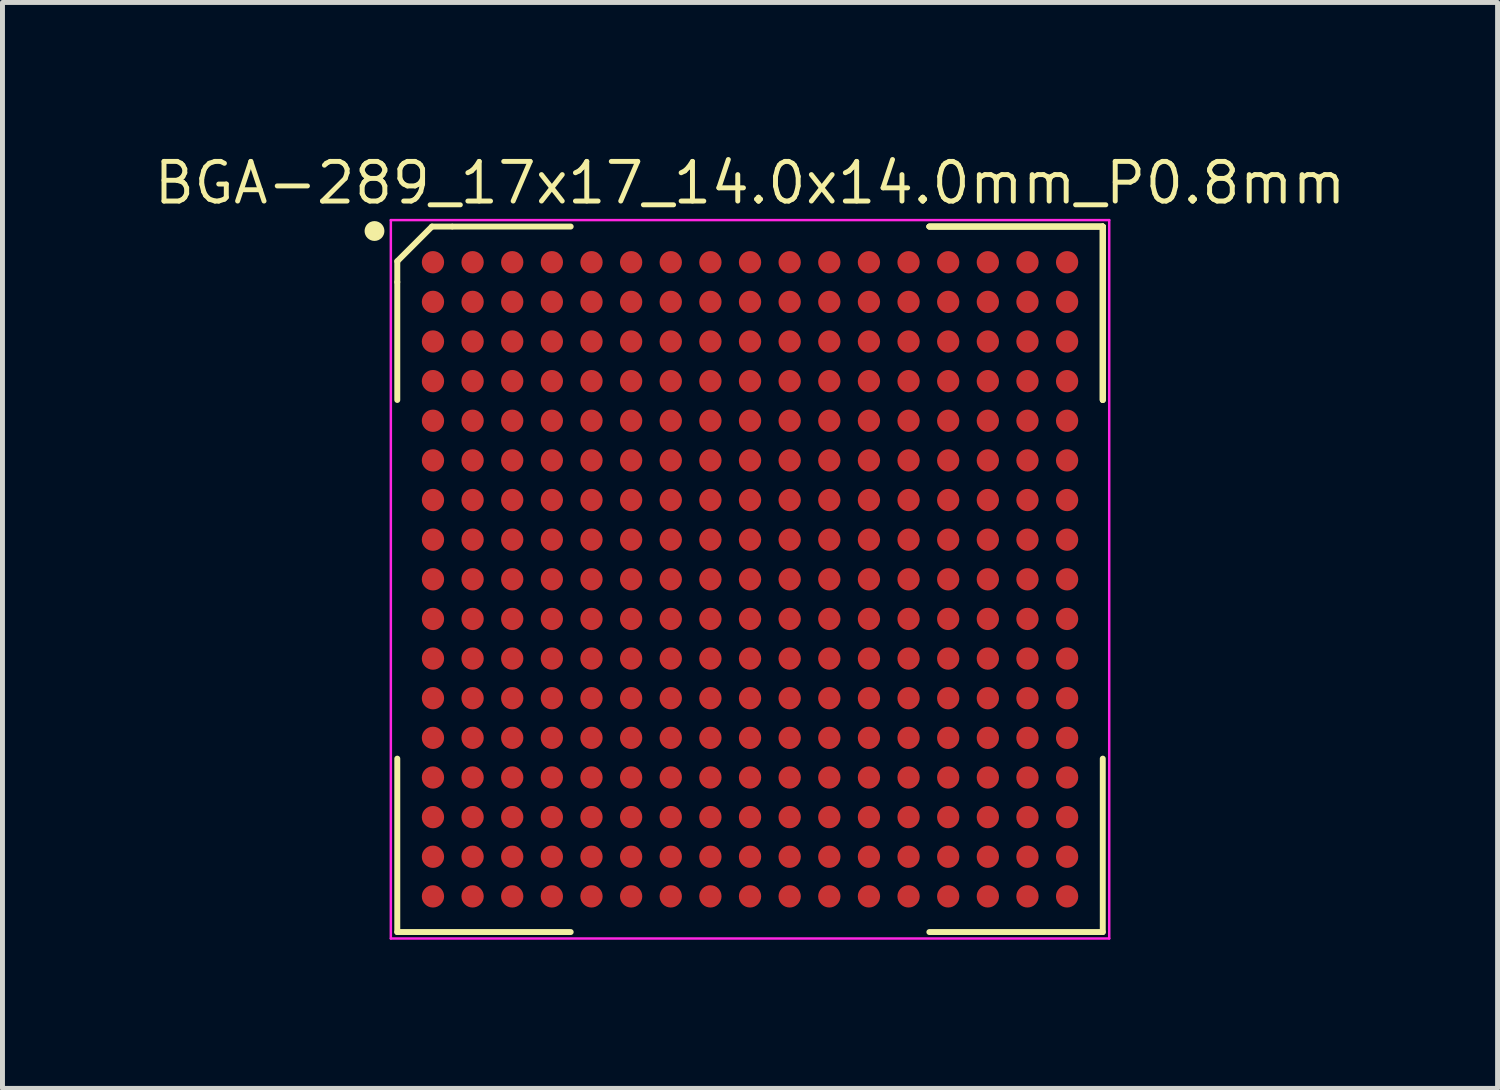
<source format=kicad_pcb>
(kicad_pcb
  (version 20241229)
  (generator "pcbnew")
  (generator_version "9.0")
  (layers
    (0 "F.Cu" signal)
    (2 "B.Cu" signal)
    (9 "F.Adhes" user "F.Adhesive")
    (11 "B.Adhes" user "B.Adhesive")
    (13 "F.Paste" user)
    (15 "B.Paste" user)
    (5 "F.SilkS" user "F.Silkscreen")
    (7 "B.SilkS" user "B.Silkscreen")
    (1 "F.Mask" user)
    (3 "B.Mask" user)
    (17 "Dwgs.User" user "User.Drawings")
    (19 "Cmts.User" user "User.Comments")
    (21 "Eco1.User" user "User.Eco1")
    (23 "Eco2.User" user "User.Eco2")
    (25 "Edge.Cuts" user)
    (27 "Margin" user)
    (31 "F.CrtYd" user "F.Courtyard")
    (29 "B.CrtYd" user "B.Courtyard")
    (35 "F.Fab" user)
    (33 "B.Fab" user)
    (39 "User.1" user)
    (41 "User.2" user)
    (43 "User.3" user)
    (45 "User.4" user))
  (footprint "BGA-289_17x17_14.0x14.0mm_P0.8mm"
    (layer "F.Cu")
    (at 12.089 8.643)
    (property "Reference" "BGA-289_17x17_14.0x14.0mm_P0.8mm" (at 0 -8 0) (unlocked yes) (layer "F.SilkS") (effects (font (size 0.8 0.8) (thickness 0.1))))
    (attr through_hole)
    (fp_line (start -7.12 -6.42) (end -6.42 -7.12) (stroke (width 0.12) (type solid)) (layer "F.SilkS"))
    (fp_line (start -7.12 -6) (end -7.12 -6.42) (stroke (width 0.12) (type solid)) (layer "F.SilkS"))
    (fp_line (start -7.12 -6) (end -7.12 -3.62) (stroke (width 0.12) (type solid)) (layer "F.SilkS"))
    (fp_line (start -7.12 7.12) (end -7.12 3.62) (stroke (width 0.12) (type solid)) (layer "F.SilkS"))
    (fp_line (start -6.02 -7.12) (end -6.42 -7.12) (stroke (width 0.12) (type solid)) (layer "F.SilkS"))
    (fp_line (start -3.62 -7.12) (end -6 -7.12) (stroke (width 0.12) (type solid)) (layer "F.SilkS"))
    (fp_line (start -3.62 7.12) (end -7.12 7.12) (stroke (width 0.12) (type solid)) (layer "F.SilkS"))
    (fp_line (start 3.62 -7.12) (end 7.12 -7.12) (stroke (width 0.12) (type solid)) (layer "F.SilkS"))
    (fp_line (start 3.62 -7.12) (end 7.12 -7.12) (stroke (width 0.12) (type solid)) (layer "F.SilkS"))
    (fp_line (start 3.62 -7.12) (end 7.12 -7.12) (stroke (width 0.12) (type solid)) (layer "F.SilkS"))
    (fp_line (start 3.62 7.12) (end 7.12 7.12) (stroke (width 0.12) (type solid)) (layer "F.SilkS"))
    (fp_line (start 7.12 -7.12) (end 7.12 -3.62) (stroke (width 0.12) (type solid)) (layer "F.SilkS"))
    (fp_line (start 7.12 -7.12) (end 7.12 -3.62) (stroke (width 0.12) (type solid)) (layer "F.SilkS"))
    (fp_line (start 7.12 -7.12) (end 7.12 -3.62) (stroke (width 0.12) (type solid)) (layer "F.SilkS"))
    (fp_line (start 7.12 7.12) (end 7.12 3.62) (stroke (width 0.12) (type solid)) (layer "F.SilkS"))
    (fp_circle (center -7.58 -7.03) (end -7.58 -6.93) (stroke (width 0.2) (type solid)) (fill no) (layer "F.SilkS"))
    (fp_line (start -7.25 -7.25) (end 7.25 -7.25) (stroke (width 0.05) (type solid)) (layer "F.CrtYd"))
    (fp_line (start -7.25 7.25) (end -7.25 -7.25) (stroke (width 0.05) (type solid)) (layer "F.CrtYd"))
    (fp_line (start 7.25 -7.25) (end 7.25 7.25) (stroke (width 0.05) (type solid)) (layer "F.CrtYd"))
    (fp_line (start 7.25 7.25) (end -7.25 7.25) (stroke (width 0.05) (type solid)) (layer "F.CrtYd"))
    (pad "A1" smd circle (at -6.4 -6.4) (size 0.45 0.45) (layers "F.Cu" "F.Mask" "F.Paste"))
    (pad "A2" smd circle (at -5.6 -6.4) (size 0.45 0.45) (layers "F.Cu" "F.Mask" "F.Paste"))
    (pad "A3" smd circle (at -4.8 -6.4) (size 0.45 0.45) (layers "F.Cu" "F.Mask" "F.Paste"))
    (pad "A4" smd circle (at -4 -6.4) (size 0.45 0.45) (layers "F.Cu" "F.Mask" "F.Paste"))
    (pad "A5" smd circle (at -3.2 -6.4) (size 0.45 0.45) (layers "F.Cu" "F.Mask" "F.Paste"))
    (pad "A6" smd circle (at -2.4 -6.4) (size 0.45 0.45) (layers "F.Cu" "F.Mask" "F.Paste"))
    (pad "A7" smd circle (at -1.6 -6.4) (size 0.45 0.45) (layers "F.Cu" "F.Mask" "F.Paste"))
    (pad "A8" smd circle (at -0.8 -6.4) (size 0.45 0.45) (layers "F.Cu" "F.Mask" "F.Paste"))
    (pad "A9" smd circle (at 0 -6.4) (size 0.45 0.45) (layers "F.Cu" "F.Mask" "F.Paste"))
    (pad "A10" smd circle (at 0.8 -6.4) (size 0.45 0.45) (layers "F.Cu" "F.Mask" "F.Paste"))
    (pad "A11" smd circle (at 1.6 -6.4) (size 0.45 0.45) (layers "F.Cu" "F.Mask" "F.Paste"))
    (pad "A12" smd circle (at 2.4 -6.4) (size 0.45 0.45) (layers "F.Cu" "F.Mask" "F.Paste"))
    (pad "A13" smd circle (at 3.2 -6.4) (size 0.45 0.45) (layers "F.Cu" "F.Mask" "F.Paste"))
    (pad "A14" smd circle (at 4 -6.4) (size 0.45 0.45) (layers "F.Cu" "F.Mask" "F.Paste"))
    (pad "A15" smd circle (at 4.8 -6.4) (size 0.45 0.45) (layers "F.Cu" "F.Mask" "F.Paste"))
    (pad "A16" smd circle (at 5.6 -6.4) (size 0.45 0.45) (layers "F.Cu" "F.Mask" "F.Paste"))
    (pad "A17" smd circle (at 6.4 -6.4) (size 0.45 0.45) (layers "F.Cu" "F.Mask" "F.Paste"))
    (pad "B1" smd circle (at -6.4 -5.6) (size 0.45 0.45) (layers "F.Cu" "F.Mask" "F.Paste"))
    (pad "B2" smd circle (at -5.6 -5.6) (size 0.45 0.45) (layers "F.Cu" "F.Mask" "F.Paste"))
    (pad "B3" smd circle (at -4.8 -5.6) (size 0.45 0.45) (layers "F.Cu" "F.Mask" "F.Paste"))
    (pad "B4" smd circle (at -4 -5.6) (size 0.45 0.45) (layers "F.Cu" "F.Mask" "F.Paste"))
    (pad "B5" smd circle (at -3.2 -5.6) (size 0.45 0.45) (layers "F.Cu" "F.Mask" "F.Paste"))
    (pad "B6" smd circle (at -2.4 -5.6) (size 0.45 0.45) (layers "F.Cu" "F.Mask" "F.Paste"))
    (pad "B7" smd circle (at -1.6 -5.6) (size 0.45 0.45) (layers "F.Cu" "F.Mask" "F.Paste"))
    (pad "B8" smd circle (at -0.8 -5.6) (size 0.45 0.45) (layers "F.Cu" "F.Mask" "F.Paste"))
    (pad "B9" smd circle (at 0 -5.6) (size 0.45 0.45) (layers "F.Cu" "F.Mask" "F.Paste"))
    (pad "B10" smd circle (at 0.8 -5.6) (size 0.45 0.45) (layers "F.Cu" "F.Mask" "F.Paste"))
    (pad "B11" smd circle (at 1.6 -5.6) (size 0.45 0.45) (layers "F.Cu" "F.Mask" "F.Paste"))
    (pad "B12" smd circle (at 2.4 -5.6) (size 0.45 0.45) (layers "F.Cu" "F.Mask" "F.Paste"))
    (pad "B13" smd circle (at 3.2 -5.6) (size 0.45 0.45) (layers "F.Cu" "F.Mask" "F.Paste"))
    (pad "B14" smd circle (at 4 -5.6) (size 0.45 0.45) (layers "F.Cu" "F.Mask" "F.Paste"))
    (pad "B15" smd circle (at 4.8 -5.6) (size 0.45 0.45) (layers "F.Cu" "F.Mask" "F.Paste"))
    (pad "B16" smd circle (at 5.6 -5.6) (size 0.45 0.45) (layers "F.Cu" "F.Mask" "F.Paste"))
    (pad "B17" smd circle (at 6.4 -5.6) (size 0.45 0.45) (layers "F.Cu" "F.Mask" "F.Paste"))
    (pad "C1" smd circle (at -6.4 -4.8) (size 0.45 0.45) (layers "F.Cu" "F.Mask" "F.Paste"))
    (pad "C2" smd circle (at -5.6 -4.8) (size 0.45 0.45) (layers "F.Cu" "F.Mask" "F.Paste"))
    (pad "C3" smd circle (at -4.8 -4.8) (size 0.45 0.45) (layers "F.Cu" "F.Mask" "F.Paste"))
    (pad "C4" smd circle (at -4 -4.8) (size 0.45 0.45) (layers "F.Cu" "F.Mask" "F.Paste"))
    (pad "C5" smd circle (at -3.2 -4.8) (size 0.45 0.45) (layers "F.Cu" "F.Mask" "F.Paste"))
    (pad "C6" smd circle (at -2.4 -4.8) (size 0.45 0.45) (layers "F.Cu" "F.Mask" "F.Paste"))
    (pad "C7" smd circle (at -1.6 -4.8) (size 0.45 0.45) (layers "F.Cu" "F.Mask" "F.Paste"))
    (pad "C8" smd circle (at -0.8 -4.8) (size 0.45 0.45) (layers "F.Cu" "F.Mask" "F.Paste"))
    (pad "C9" smd circle (at 0 -4.8) (size 0.45 0.45) (layers "F.Cu" "F.Mask" "F.Paste"))
    (pad "C10" smd circle (at 0.8 -4.8) (size 0.45 0.45) (layers "F.Cu" "F.Mask" "F.Paste"))
    (pad "C11" smd circle (at 1.6 -4.8) (size 0.45 0.45) (layers "F.Cu" "F.Mask" "F.Paste"))
    (pad "C12" smd circle (at 2.4 -4.8) (size 0.45 0.45) (layers "F.Cu" "F.Mask" "F.Paste"))
    (pad "C13" smd circle (at 3.2 -4.8) (size 0.45 0.45) (layers "F.Cu" "F.Mask" "F.Paste"))
    (pad "C14" smd circle (at 4 -4.8) (size 0.45 0.45) (layers "F.Cu" "F.Mask" "F.Paste"))
    (pad "C15" smd circle (at 4.8 -4.8) (size 0.45 0.45) (layers "F.Cu" "F.Mask" "F.Paste"))
    (pad "C16" smd circle (at 5.6 -4.8) (size 0.45 0.45) (layers "F.Cu" "F.Mask" "F.Paste"))
    (pad "C17" smd circle (at 6.4 -4.8) (size 0.45 0.45) (layers "F.Cu" "F.Mask" "F.Paste"))
    (pad "D1" smd circle (at -6.4 -4) (size 0.45 0.45) (layers "F.Cu" "F.Mask" "F.Paste"))
    (pad "D2" smd circle (at -5.6 -4) (size 0.45 0.45) (layers "F.Cu" "F.Mask" "F.Paste"))
    (pad "D3" smd circle (at -4.8 -4) (size 0.45 0.45) (layers "F.Cu" "F.Mask" "F.Paste"))
    (pad "D4" smd circle (at -4 -4) (size 0.45 0.45) (layers "F.Cu" "F.Mask" "F.Paste"))
    (pad "D5" smd circle (at -3.2 -4) (size 0.45 0.45) (layers "F.Cu" "F.Mask" "F.Paste"))
    (pad "D6" smd circle (at -2.4 -4) (size 0.45 0.45) (layers "F.Cu" "F.Mask" "F.Paste"))
    (pad "D7" smd circle (at -1.6 -4) (size 0.45 0.45) (layers "F.Cu" "F.Mask" "F.Paste"))
    (pad "D8" smd circle (at -0.8 -4) (size 0.45 0.45) (layers "F.Cu" "F.Mask" "F.Paste"))
    (pad "D9" smd circle (at 0 -4) (size 0.45 0.45) (layers "F.Cu" "F.Mask" "F.Paste"))
    (pad "D10" smd circle (at 0.8 -4) (size 0.45 0.45) (layers "F.Cu" "F.Mask" "F.Paste"))
    (pad "D11" smd circle (at 1.6 -4) (size 0.45 0.45) (layers "F.Cu" "F.Mask" "F.Paste"))
    (pad "D12" smd circle (at 2.4 -4) (size 0.45 0.45) (layers "F.Cu" "F.Mask" "F.Paste"))
    (pad "D13" smd circle (at 3.2 -4) (size 0.45 0.45) (layers "F.Cu" "F.Mask" "F.Paste"))
    (pad "D14" smd circle (at 4 -4) (size 0.45 0.45) (layers "F.Cu" "F.Mask" "F.Paste"))
    (pad "D15" smd circle (at 4.8 -4) (size 0.45 0.45) (layers "F.Cu" "F.Mask" "F.Paste"))
    (pad "D16" smd circle (at 5.6 -4) (size 0.45 0.45) (layers "F.Cu" "F.Mask" "F.Paste"))
    (pad "D17" smd circle (at 6.4 -4) (size 0.45 0.45) (layers "F.Cu" "F.Mask" "F.Paste"))
    (pad "E1" smd circle (at -6.4 -3.2) (size 0.45 0.45) (layers "F.Cu" "F.Mask" "F.Paste"))
    (pad "E2" smd circle (at -5.6 -3.2) (size 0.45 0.45) (layers "F.Cu" "F.Mask" "F.Paste"))
    (pad "E3" smd circle (at -4.8 -3.2) (size 0.45 0.45) (layers "F.Cu" "F.Mask" "F.Paste"))
    (pad "E4" smd circle (at -4 -3.2) (size 0.45 0.45) (layers "F.Cu" "F.Mask" "F.Paste"))
    (pad "E5" smd circle (at -3.2 -3.2) (size 0.45 0.45) (layers "F.Cu" "F.Mask" "F.Paste"))
    (pad "E6" smd circle (at -2.4 -3.2) (size 0.45 0.45) (layers "F.Cu" "F.Mask" "F.Paste"))
    (pad "E7" smd circle (at -1.6 -3.2) (size 0.45 0.45) (layers "F.Cu" "F.Mask" "F.Paste"))
    (pad "E8" smd circle (at -0.8 -3.2) (size 0.45 0.45) (layers "F.Cu" "F.Mask" "F.Paste"))
    (pad "E9" smd circle (at 0 -3.2) (size 0.45 0.45) (layers "F.Cu" "F.Mask" "F.Paste"))
    (pad "E10" smd circle (at 0.8 -3.2) (size 0.45 0.45) (layers "F.Cu" "F.Mask" "F.Paste"))
    (pad "E11" smd circle (at 1.6 -3.2) (size 0.45 0.45) (layers "F.Cu" "F.Mask" "F.Paste"))
    (pad "E12" smd circle (at 2.4 -3.2) (size 0.45 0.45) (layers "F.Cu" "F.Mask" "F.Paste"))
    (pad "E13" smd circle (at 3.2 -3.2) (size 0.45 0.45) (layers "F.Cu" "F.Mask" "F.Paste"))
    (pad "E14" smd circle (at 4 -3.2) (size 0.45 0.45) (layers "F.Cu" "F.Mask" "F.Paste"))
    (pad "E15" smd circle (at 4.8 -3.2) (size 0.45 0.45) (layers "F.Cu" "F.Mask" "F.Paste"))
    (pad "E16" smd circle (at 5.6 -3.2) (size 0.45 0.45) (layers "F.Cu" "F.Mask" "F.Paste"))
    (pad "E17" smd circle (at 6.4 -3.2) (size 0.45 0.45) (layers "F.Cu" "F.Mask" "F.Paste"))
    (pad "F1" smd circle (at -6.4 -2.4) (size 0.45 0.45) (layers "F.Cu" "F.Mask" "F.Paste"))
    (pad "F2" smd circle (at -5.6 -2.4) (size 0.45 0.45) (layers "F.Cu" "F.Mask" "F.Paste"))
    (pad "F3" smd circle (at -4.8 -2.4) (size 0.45 0.45) (layers "F.Cu" "F.Mask" "F.Paste"))
    (pad "F4" smd circle (at -4 -2.4) (size 0.45 0.45) (layers "F.Cu" "F.Mask" "F.Paste"))
    (pad "F5" smd circle (at -3.2 -2.4) (size 0.45 0.45) (layers "F.Cu" "F.Mask" "F.Paste"))
    (pad "F6" smd circle (at -2.4 -2.4) (size 0.45 0.45) (layers "F.Cu" "F.Mask" "F.Paste"))
    (pad "F7" smd circle (at -1.6 -2.4) (size 0.45 0.45) (layers "F.Cu" "F.Mask" "F.Paste"))
    (pad "F8" smd circle (at -0.8 -2.4) (size 0.45 0.45) (layers "F.Cu" "F.Mask" "F.Paste"))
    (pad "F9" smd circle (at 0 -2.4) (size 0.45 0.45) (layers "F.Cu" "F.Mask" "F.Paste"))
    (pad "F10" smd circle (at 0.8 -2.4) (size 0.45 0.45) (layers "F.Cu" "F.Mask" "F.Paste"))
    (pad "F11" smd circle (at 1.6 -2.4) (size 0.45 0.45) (layers "F.Cu" "F.Mask" "F.Paste"))
    (pad "F12" smd circle (at 2.4 -2.4) (size 0.45 0.45) (layers "F.Cu" "F.Mask" "F.Paste"))
    (pad "F13" smd circle (at 3.2 -2.4) (size 0.45 0.45) (layers "F.Cu" "F.Mask" "F.Paste"))
    (pad "F14" smd circle (at 4 -2.4) (size 0.45 0.45) (layers "F.Cu" "F.Mask" "F.Paste"))
    (pad "F15" smd circle (at 4.8 -2.4) (size 0.45 0.45) (layers "F.Cu" "F.Mask" "F.Paste"))
    (pad "F16" smd circle (at 5.6 -2.4) (size 0.45 0.45) (layers "F.Cu" "F.Mask" "F.Paste"))
    (pad "F17" smd circle (at 6.4 -2.4) (size 0.45 0.45) (layers "F.Cu" "F.Mask" "F.Paste"))
    (pad "G1" smd circle (at -6.4 -1.6) (size 0.45 0.45) (layers "F.Cu" "F.Mask" "F.Paste"))
    (pad "G2" smd circle (at -5.6 -1.6) (size 0.45 0.45) (layers "F.Cu" "F.Mask" "F.Paste"))
    (pad "G3" smd circle (at -4.8 -1.6) (size 0.45 0.45) (layers "F.Cu" "F.Mask" "F.Paste"))
    (pad "G4" smd circle (at -4 -1.6) (size 0.45 0.45) (layers "F.Cu" "F.Mask" "F.Paste"))
    (pad "G5" smd circle (at -3.2 -1.6) (size 0.45 0.45) (layers "F.Cu" "F.Mask" "F.Paste"))
    (pad "G6" smd circle (at -2.4 -1.6) (size 0.45 0.45) (layers "F.Cu" "F.Mask" "F.Paste"))
    (pad "G7" smd circle (at -1.6 -1.6) (size 0.45 0.45) (layers "F.Cu" "F.Mask" "F.Paste"))
    (pad "G8" smd circle (at -0.8 -1.6) (size 0.45 0.45) (layers "F.Cu" "F.Mask" "F.Paste"))
    (pad "G9" smd circle (at 0 -1.6) (size 0.45 0.45) (layers "F.Cu" "F.Mask" "F.Paste"))
    (pad "G10" smd circle (at 0.8 -1.6) (size 0.45 0.45) (layers "F.Cu" "F.Mask" "F.Paste"))
    (pad "G11" smd circle (at 1.6 -1.6) (size 0.45 0.45) (layers "F.Cu" "F.Mask" "F.Paste"))
    (pad "G12" smd circle (at 2.4 -1.6) (size 0.45 0.45) (layers "F.Cu" "F.Mask" "F.Paste"))
    (pad "G13" smd circle (at 3.2 -1.6) (size 0.45 0.45) (layers "F.Cu" "F.Mask" "F.Paste"))
    (pad "G14" smd circle (at 4 -1.6) (size 0.45 0.45) (layers "F.Cu" "F.Mask" "F.Paste"))
    (pad "G15" smd circle (at 4.8 -1.6) (size 0.45 0.45) (layers "F.Cu" "F.Mask" "F.Paste"))
    (pad "G16" smd circle (at 5.6 -1.6) (size 0.45 0.45) (layers "F.Cu" "F.Mask" "F.Paste"))
    (pad "G17" smd circle (at 6.4 -1.6) (size 0.45 0.45) (layers "F.Cu" "F.Mask" "F.Paste"))
    (pad "H1" smd circle (at -6.4 -0.8) (size 0.45 0.45) (layers "F.Cu" "F.Mask" "F.Paste"))
    (pad "H2" smd circle (at -5.6 -0.8) (size 0.45 0.45) (layers "F.Cu" "F.Mask" "F.Paste"))
    (pad "H3" smd circle (at -4.8 -0.8) (size 0.45 0.45) (layers "F.Cu" "F.Mask" "F.Paste"))
    (pad "H4" smd circle (at -4 -0.8) (size 0.45 0.45) (layers "F.Cu" "F.Mask" "F.Paste"))
    (pad "H5" smd circle (at -3.2 -0.8) (size 0.45 0.45) (layers "F.Cu" "F.Mask" "F.Paste"))
    (pad "H6" smd circle (at -2.4 -0.8) (size 0.45 0.45) (layers "F.Cu" "F.Mask" "F.Paste"))
    (pad "H7" smd circle (at -1.6 -0.8) (size 0.45 0.45) (layers "F.Cu" "F.Mask" "F.Paste"))
    (pad "H8" smd circle (at -0.8 -0.8) (size 0.45 0.45) (layers "F.Cu" "F.Mask" "F.Paste"))
    (pad "H9" smd circle (at 0 -0.8) (size 0.45 0.45) (layers "F.Cu" "F.Mask" "F.Paste"))
    (pad "H10" smd circle (at 0.8 -0.8) (size 0.45 0.45) (layers "F.Cu" "F.Mask" "F.Paste"))
    (pad "H11" smd circle (at 1.6 -0.8) (size 0.45 0.45) (layers "F.Cu" "F.Mask" "F.Paste"))
    (pad "H12" smd circle (at 2.4 -0.8) (size 0.45 0.45) (layers "F.Cu" "F.Mask" "F.Paste"))
    (pad "H13" smd circle (at 3.2 -0.8) (size 0.45 0.45) (layers "F.Cu" "F.Mask" "F.Paste"))
    (pad "H14" smd circle (at 4 -0.8) (size 0.45 0.45) (layers "F.Cu" "F.Mask" "F.Paste"))
    (pad "H15" smd circle (at 4.8 -0.8) (size 0.45 0.45) (layers "F.Cu" "F.Mask" "F.Paste"))
    (pad "H16" smd circle (at 5.6 -0.8) (size 0.45 0.45) (layers "F.Cu" "F.Mask" "F.Paste"))
    (pad "H17" smd circle (at 6.4 -0.8) (size 0.45 0.45) (layers "F.Cu" "F.Mask" "F.Paste"))
    (pad "J1" smd circle (at -6.4 0) (size 0.45 0.45) (layers "F.Cu" "F.Mask" "F.Paste"))
    (pad "J2" smd circle (at -5.6 0) (size 0.45 0.45) (layers "F.Cu" "F.Mask" "F.Paste"))
    (pad "J3" smd circle (at -4.8 0) (size 0.45 0.45) (layers "F.Cu" "F.Mask" "F.Paste"))
    (pad "J4" smd circle (at -4 0) (size 0.45 0.45) (layers "F.Cu" "F.Mask" "F.Paste"))
    (pad "J5" smd circle (at -3.2 0) (size 0.45 0.45) (layers "F.Cu" "F.Mask" "F.Paste"))
    (pad "J6" smd circle (at -2.4 0) (size 0.45 0.45) (layers "F.Cu" "F.Mask" "F.Paste"))
    (pad "J7" smd circle (at -1.6 0) (size 0.45 0.45) (layers "F.Cu" "F.Mask" "F.Paste"))
    (pad "J8" smd circle (at -0.8 0) (size 0.45 0.45) (layers "F.Cu" "F.Mask" "F.Paste"))
    (pad "J9" smd circle (at 0 0) (size 0.45 0.45) (layers "F.Cu" "F.Mask" "F.Paste"))
    (pad "J10" smd circle (at 0.8 0) (size 0.45 0.45) (layers "F.Cu" "F.Mask" "F.Paste"))
    (pad "J11" smd circle (at 1.6 0) (size 0.45 0.45) (layers "F.Cu" "F.Mask" "F.Paste"))
    (pad "J12" smd circle (at 2.4 0) (size 0.45 0.45) (layers "F.Cu" "F.Mask" "F.Paste"))
    (pad "J13" smd circle (at 3.2 0) (size 0.45 0.45) (layers "F.Cu" "F.Mask" "F.Paste"))
    (pad "J14" smd circle (at 4 0) (size 0.45 0.45) (layers "F.Cu" "F.Mask" "F.Paste"))
    (pad "J15" smd circle (at 4.8 0) (size 0.45 0.45) (layers "F.Cu" "F.Mask" "F.Paste"))
    (pad "J16" smd circle (at 5.6 0) (size 0.45 0.45) (layers "F.Cu" "F.Mask" "F.Paste"))
    (pad "J17" smd circle (at 6.4 0) (size 0.45 0.45) (layers "F.Cu" "F.Mask" "F.Paste"))
    (pad "K1" smd circle (at -6.4 0.8) (size 0.45 0.45) (layers "F.Cu" "F.Mask" "F.Paste"))
    (pad "K2" smd circle (at -5.6 0.8) (size 0.45 0.45) (layers "F.Cu" "F.Mask" "F.Paste"))
    (pad "K3" smd circle (at -4.8 0.8) (size 0.45 0.45) (layers "F.Cu" "F.Mask" "F.Paste"))
    (pad "K4" smd circle (at -4 0.8) (size 0.45 0.45) (layers "F.Cu" "F.Mask" "F.Paste"))
    (pad "K5" smd circle (at -3.2 0.8) (size 0.45 0.45) (layers "F.Cu" "F.Mask" "F.Paste"))
    (pad "K6" smd circle (at -2.4 0.8) (size 0.45 0.45) (layers "F.Cu" "F.Mask" "F.Paste"))
    (pad "K7" smd circle (at -1.6 0.8) (size 0.45 0.45) (layers "F.Cu" "F.Mask" "F.Paste"))
    (pad "K8" smd circle (at -0.8 0.8) (size 0.45 0.45) (layers "F.Cu" "F.Mask" "F.Paste"))
    (pad "K9" smd circle (at 0 0.8) (size 0.45 0.45) (layers "F.Cu" "F.Mask" "F.Paste"))
    (pad "K10" smd circle (at 0.8 0.8) (size 0.45 0.45) (layers "F.Cu" "F.Mask" "F.Paste"))
    (pad "K11" smd circle (at 1.6 0.8) (size 0.45 0.45) (layers "F.Cu" "F.Mask" "F.Paste"))
    (pad "K12" smd circle (at 2.4 0.8) (size 0.45 0.45) (layers "F.Cu" "F.Mask" "F.Paste"))
    (pad "K13" smd circle (at 3.2 0.8) (size 0.45 0.45) (layers "F.Cu" "F.Mask" "F.Paste"))
    (pad "K14" smd circle (at 4 0.8) (size 0.45 0.45) (layers "F.Cu" "F.Mask" "F.Paste"))
    (pad "K15" smd circle (at 4.8 0.8) (size 0.45 0.45) (layers "F.Cu" "F.Mask" "F.Paste"))
    (pad "K16" smd circle (at 5.6 0.8) (size 0.45 0.45) (layers "F.Cu" "F.Mask" "F.Paste"))
    (pad "K17" smd circle (at 6.4 0.8) (size 0.45 0.45) (layers "F.Cu" "F.Mask" "F.Paste"))
    (pad "L1" smd circle (at -6.4 1.6) (size 0.45 0.45) (layers "F.Cu" "F.Mask" "F.Paste"))
    (pad "L2" smd circle (at -5.6 1.6) (size 0.45 0.45) (layers "F.Cu" "F.Mask" "F.Paste"))
    (pad "L3" smd circle (at -4.8 1.6) (size 0.45 0.45) (layers "F.Cu" "F.Mask" "F.Paste"))
    (pad "L4" smd circle (at -4 1.6) (size 0.45 0.45) (layers "F.Cu" "F.Mask" "F.Paste"))
    (pad "L5" smd circle (at -3.2 1.6) (size 0.45 0.45) (layers "F.Cu" "F.Mask" "F.Paste"))
    (pad "L6" smd circle (at -2.4 1.6) (size 0.45 0.45) (layers "F.Cu" "F.Mask" "F.Paste"))
    (pad "L7" smd circle (at -1.6 1.6) (size 0.45 0.45) (layers "F.Cu" "F.Mask" "F.Paste"))
    (pad "L8" smd circle (at -0.8 1.6) (size 0.45 0.45) (layers "F.Cu" "F.Mask" "F.Paste"))
    (pad "L9" smd circle (at 0 1.6) (size 0.45 0.45) (layers "F.Cu" "F.Mask" "F.Paste"))
    (pad "L10" smd circle (at 0.8 1.6) (size 0.45 0.45) (layers "F.Cu" "F.Mask" "F.Paste"))
    (pad "L11" smd circle (at 1.6 1.6) (size 0.45 0.45) (layers "F.Cu" "F.Mask" "F.Paste"))
    (pad "L12" smd circle (at 2.4 1.6) (size 0.45 0.45) (layers "F.Cu" "F.Mask" "F.Paste"))
    (pad "L13" smd circle (at 3.2 1.6) (size 0.45 0.45) (layers "F.Cu" "F.Mask" "F.Paste"))
    (pad "L14" smd circle (at 4 1.6) (size 0.45 0.45) (layers "F.Cu" "F.Mask" "F.Paste"))
    (pad "L15" smd circle (at 4.8 1.6) (size 0.45 0.45) (layers "F.Cu" "F.Mask" "F.Paste"))
    (pad "L16" smd circle (at 5.6 1.6) (size 0.45 0.45) (layers "F.Cu" "F.Mask" "F.Paste"))
    (pad "L17" smd circle (at 6.4 1.6) (size 0.45 0.45) (layers "F.Cu" "F.Mask" "F.Paste"))
    (pad "M1" smd circle (at -6.4 2.4) (size 0.45 0.45) (layers "F.Cu" "F.Mask" "F.Paste"))
    (pad "M2" smd circle (at -5.6 2.4) (size 0.45 0.45) (layers "F.Cu" "F.Mask" "F.Paste"))
    (pad "M3" smd circle (at -4.8 2.4) (size 0.45 0.45) (layers "F.Cu" "F.Mask" "F.Paste"))
    (pad "M4" smd circle (at -4 2.4) (size 0.45 0.45) (layers "F.Cu" "F.Mask" "F.Paste"))
    (pad "M5" smd circle (at -3.2 2.4) (size 0.45 0.45) (layers "F.Cu" "F.Mask" "F.Paste"))
    (pad "M6" smd circle (at -2.4 2.4) (size 0.45 0.45) (layers "F.Cu" "F.Mask" "F.Paste"))
    (pad "M7" smd circle (at -1.6 2.4) (size 0.45 0.45) (layers "F.Cu" "F.Mask" "F.Paste"))
    (pad "M8" smd circle (at -0.8 2.4) (size 0.45 0.45) (layers "F.Cu" "F.Mask" "F.Paste"))
    (pad "M9" smd circle (at 0 2.4) (size 0.45 0.45) (layers "F.Cu" "F.Mask" "F.Paste"))
    (pad "M10" smd circle (at 0.8 2.4) (size 0.45 0.45) (layers "F.Cu" "F.Mask" "F.Paste"))
    (pad "M11" smd circle (at 1.6 2.4) (size 0.45 0.45) (layers "F.Cu" "F.Mask" "F.Paste"))
    (pad "M12" smd circle (at 2.4 2.4) (size 0.45 0.45) (layers "F.Cu" "F.Mask" "F.Paste"))
    (pad "M13" smd circle (at 3.2 2.4) (size 0.45 0.45) (layers "F.Cu" "F.Mask" "F.Paste"))
    (pad "M14" smd circle (at 4 2.4) (size 0.45 0.45) (layers "F.Cu" "F.Mask" "F.Paste"))
    (pad "M15" smd circle (at 4.8 2.4) (size 0.45 0.45) (layers "F.Cu" "F.Mask" "F.Paste"))
    (pad "M16" smd circle (at 5.6 2.4) (size 0.45 0.45) (layers "F.Cu" "F.Mask" "F.Paste"))
    (pad "M17" smd circle (at 6.4 2.4) (size 0.45 0.45) (layers "F.Cu" "F.Mask" "F.Paste"))
    (pad "N1" smd circle (at -6.4 3.2) (size 0.45 0.45) (layers "F.Cu" "F.Mask" "F.Paste"))
    (pad "N2" smd circle (at -5.6 3.2) (size 0.45 0.45) (layers "F.Cu" "F.Mask" "F.Paste"))
    (pad "N3" smd circle (at -4.8 3.2) (size 0.45 0.45) (layers "F.Cu" "F.Mask" "F.Paste"))
    (pad "N4" smd circle (at -4 3.2) (size 0.45 0.45) (layers "F.Cu" "F.Mask" "F.Paste"))
    (pad "N5" smd circle (at -3.2 3.2) (size 0.45 0.45) (layers "F.Cu" "F.Mask" "F.Paste"))
    (pad "N6" smd circle (at -2.4 3.2) (size 0.45 0.45) (layers "F.Cu" "F.Mask" "F.Paste"))
    (pad "N7" smd circle (at -1.6 3.2) (size 0.45 0.45) (layers "F.Cu" "F.Mask" "F.Paste"))
    (pad "N8" smd circle (at -0.8 3.2) (size 0.45 0.45) (layers "F.Cu" "F.Mask" "F.Paste"))
    (pad "N9" smd circle (at 0 3.2) (size 0.45 0.45) (layers "F.Cu" "F.Mask" "F.Paste"))
    (pad "N10" smd circle (at 0.8 3.2) (size 0.45 0.45) (layers "F.Cu" "F.Mask" "F.Paste"))
    (pad "N11" smd circle (at 1.6 3.2) (size 0.45 0.45) (layers "F.Cu" "F.Mask" "F.Paste"))
    (pad "N12" smd circle (at 2.4 3.2) (size 0.45 0.45) (layers "F.Cu" "F.Mask" "F.Paste"))
    (pad "N13" smd circle (at 3.2 3.2) (size 0.45 0.45) (layers "F.Cu" "F.Mask" "F.Paste"))
    (pad "N14" smd circle (at 4 3.2) (size 0.45 0.45) (layers "F.Cu" "F.Mask" "F.Paste"))
    (pad "N15" smd circle (at 4.8 3.2) (size 0.45 0.45) (layers "F.Cu" "F.Mask" "F.Paste"))
    (pad "N16" smd circle (at 5.6 3.2) (size 0.45 0.45) (layers "F.Cu" "F.Mask" "F.Paste"))
    (pad "N17" smd circle (at 6.4 3.2) (size 0.45 0.45) (layers "F.Cu" "F.Mask" "F.Paste"))
    (pad "P1" smd circle (at -6.4 4) (size 0.45 0.45) (layers "F.Cu" "F.Mask" "F.Paste"))
    (pad "P2" smd circle (at -5.6 4) (size 0.45 0.45) (layers "F.Cu" "F.Mask" "F.Paste"))
    (pad "P3" smd circle (at -4.8 4) (size 0.45 0.45) (layers "F.Cu" "F.Mask" "F.Paste"))
    (pad "P4" smd circle (at -4 4) (size 0.45 0.45) (layers "F.Cu" "F.Mask" "F.Paste"))
    (pad "P5" smd circle (at -3.2 4) (size 0.45 0.45) (layers "F.Cu" "F.Mask" "F.Paste"))
    (pad "P6" smd circle (at -2.4 4) (size 0.45 0.45) (layers "F.Cu" "F.Mask" "F.Paste"))
    (pad "P7" smd circle (at -1.6 4) (size 0.45 0.45) (layers "F.Cu" "F.Mask" "F.Paste"))
    (pad "P8" smd circle (at -0.8 4) (size 0.45 0.45) (layers "F.Cu" "F.Mask" "F.Paste"))
    (pad "P9" smd circle (at 0 4) (size 0.45 0.45) (layers "F.Cu" "F.Mask" "F.Paste"))
    (pad "P10" smd circle (at 0.8 4) (size 0.45 0.45) (layers "F.Cu" "F.Mask" "F.Paste"))
    (pad "P11" smd circle (at 1.6 4) (size 0.45 0.45) (layers "F.Cu" "F.Mask" "F.Paste"))
    (pad "P12" smd circle (at 2.4 4) (size 0.45 0.45) (layers "F.Cu" "F.Mask" "F.Paste"))
    (pad "P13" smd circle (at 3.2 4) (size 0.45 0.45) (layers "F.Cu" "F.Mask" "F.Paste"))
    (pad "P14" smd circle (at 4 4) (size 0.45 0.45) (layers "F.Cu" "F.Mask" "F.Paste"))
    (pad "P15" smd circle (at 4.8 4) (size 0.45 0.45) (layers "F.Cu" "F.Mask" "F.Paste"))
    (pad "P16" smd circle (at 5.6 4) (size 0.45 0.45) (layers "F.Cu" "F.Mask" "F.Paste"))
    (pad "P17" smd circle (at 6.4 4) (size 0.45 0.45) (layers "F.Cu" "F.Mask" "F.Paste"))
    (pad "R1" smd circle (at -6.4 4.8) (size 0.45 0.45) (layers "F.Cu" "F.Mask" "F.Paste"))
    (pad "R2" smd circle (at -5.6 4.8) (size 0.45 0.45) (layers "F.Cu" "F.Mask" "F.Paste"))
    (pad "R3" smd circle (at -4.8 4.8) (size 0.45 0.45) (layers "F.Cu" "F.Mask" "F.Paste"))
    (pad "R4" smd circle (at -4 4.8) (size 0.45 0.45) (layers "F.Cu" "F.Mask" "F.Paste"))
    (pad "R5" smd circle (at -3.2 4.8) (size 0.45 0.45) (layers "F.Cu" "F.Mask" "F.Paste"))
    (pad "R6" smd circle (at -2.4 4.8) (size 0.45 0.45) (layers "F.Cu" "F.Mask" "F.Paste"))
    (pad "R7" smd circle (at -1.6 4.8) (size 0.45 0.45) (layers "F.Cu" "F.Mask" "F.Paste"))
    (pad "R8" smd circle (at -0.8 4.8) (size 0.45 0.45) (layers "F.Cu" "F.Mask" "F.Paste"))
    (pad "R9" smd circle (at 0 4.8) (size 0.45 0.45) (layers "F.Cu" "F.Mask" "F.Paste"))
    (pad "R10" smd circle (at 0.8 4.8) (size 0.45 0.45) (layers "F.Cu" "F.Mask" "F.Paste"))
    (pad "R11" smd circle (at 1.6 4.8) (size 0.45 0.45) (layers "F.Cu" "F.Mask" "F.Paste"))
    (pad "R12" smd circle (at 2.4 4.8) (size 0.45 0.45) (layers "F.Cu" "F.Mask" "F.Paste"))
    (pad "R13" smd circle (at 3.2 4.8) (size 0.45 0.45) (layers "F.Cu" "F.Mask" "F.Paste"))
    (pad "R14" smd circle (at 4 4.8) (size 0.45 0.45) (layers "F.Cu" "F.Mask" "F.Paste"))
    (pad "R15" smd circle (at 4.8 4.8) (size 0.45 0.45) (layers "F.Cu" "F.Mask" "F.Paste"))
    (pad "R16" smd circle (at 5.6 4.8) (size 0.45 0.45) (layers "F.Cu" "F.Mask" "F.Paste"))
    (pad "R17" smd circle (at 6.4 4.8) (size 0.45 0.45) (layers "F.Cu" "F.Mask" "F.Paste"))
    (pad "T1" smd circle (at -6.4 5.6) (size 0.45 0.45) (layers "F.Cu" "F.Mask" "F.Paste"))
    (pad "T2" smd circle (at -5.6 5.6) (size 0.45 0.45) (layers "F.Cu" "F.Mask" "F.Paste"))
    (pad "T3" smd circle (at -4.8 5.6) (size 0.45 0.45) (layers "F.Cu" "F.Mask" "F.Paste"))
    (pad "T4" smd circle (at -4 5.6) (size 0.45 0.45) (layers "F.Cu" "F.Mask" "F.Paste"))
    (pad "T5" smd circle (at -3.2 5.6) (size 0.45 0.45) (layers "F.Cu" "F.Mask" "F.Paste"))
    (pad "T6" smd circle (at -2.4 5.6) (size 0.45 0.45) (layers "F.Cu" "F.Mask" "F.Paste"))
    (pad "T7" smd circle (at -1.6 5.6) (size 0.45 0.45) (layers "F.Cu" "F.Mask" "F.Paste"))
    (pad "T8" smd circle (at -0.8 5.6) (size 0.45 0.45) (layers "F.Cu" "F.Mask" "F.Paste"))
    (pad "T9" smd circle (at 0 5.6) (size 0.45 0.45) (layers "F.Cu" "F.Mask" "F.Paste"))
    (pad "T10" smd circle (at 0.8 5.6) (size 0.45 0.45) (layers "F.Cu" "F.Mask" "F.Paste"))
    (pad "T11" smd circle (at 1.6 5.6) (size 0.45 0.45) (layers "F.Cu" "F.Mask" "F.Paste"))
    (pad "T12" smd circle (at 2.4 5.6) (size 0.45 0.45) (layers "F.Cu" "F.Mask" "F.Paste"))
    (pad "T13" smd circle (at 3.2 5.6) (size 0.45 0.45) (layers "F.Cu" "F.Mask" "F.Paste"))
    (pad "T14" smd circle (at 4 5.6) (size 0.45 0.45) (layers "F.Cu" "F.Mask" "F.Paste"))
    (pad "T15" smd circle (at 4.8 5.6) (size 0.45 0.45) (layers "F.Cu" "F.Mask" "F.Paste"))
    (pad "T16" smd circle (at 5.6 5.6) (size 0.45 0.45) (layers "F.Cu" "F.Mask" "F.Paste"))
    (pad "T17" smd circle (at 6.4 5.6) (size 0.45 0.45) (layers "F.Cu" "F.Mask" "F.Paste"))
    (pad "U1" smd circle (at -6.4 6.4) (size 0.45 0.45) (layers "F.Cu" "F.Mask" "F.Paste"))
    (pad "U2" smd circle (at -5.6 6.4) (size 0.45 0.45) (layers "F.Cu" "F.Mask" "F.Paste"))
    (pad "U3" smd circle (at -4.8 6.4) (size 0.45 0.45) (layers "F.Cu" "F.Mask" "F.Paste"))
    (pad "U4" smd circle (at -4 6.4) (size 0.45 0.45) (layers "F.Cu" "F.Mask" "F.Paste"))
    (pad "U5" smd circle (at -3.2 6.4) (size 0.45 0.45) (layers "F.Cu" "F.Mask" "F.Paste"))
    (pad "U6" smd circle (at -2.4 6.4) (size 0.45 0.45) (layers "F.Cu" "F.Mask" "F.Paste"))
    (pad "U7" smd circle (at -1.6 6.4) (size 0.45 0.45) (layers "F.Cu" "F.Mask" "F.Paste"))
    (pad "U8" smd circle (at -0.8 6.4) (size 0.45 0.45) (layers "F.Cu" "F.Mask" "F.Paste"))
    (pad "U9" smd circle (at 0 6.4) (size 0.45 0.45) (layers "F.Cu" "F.Mask" "F.Paste"))
    (pad "U10" smd circle (at 0.8 6.4) (size 0.45 0.45) (layers "F.Cu" "F.Mask" "F.Paste"))
    (pad "U11" smd circle (at 1.6 6.4) (size 0.45 0.45) (layers "F.Cu" "F.Mask" "F.Paste"))
    (pad "U12" smd circle (at 2.4 6.4) (size 0.45 0.45) (layers "F.Cu" "F.Mask" "F.Paste"))
    (pad "U13" smd circle (at 3.2 6.4) (size 0.45 0.45) (layers "F.Cu" "F.Mask" "F.Paste"))
    (pad "U14" smd circle (at 4 6.4) (size 0.45 0.45) (layers "F.Cu" "F.Mask" "F.Paste"))
    (pad "U15" smd circle (at 4.8 6.4) (size 0.45 0.45) (layers "F.Cu" "F.Mask" "F.Paste"))
    (pad "U16" smd circle (at 5.6 6.4) (size 0.45 0.45) (layers "F.Cu" "F.Mask" "F.Paste"))
    (pad "U17" smd circle (at 6.4 6.4) (size 0.45 0.45) (layers "F.Cu" "F.Mask" "F.Paste")))
  (gr_rect
    (start -3 -3)
    (end 27.178 18.919)
    (stroke (width 0.1) (type default))
    (fill no)
    (layer "Edge.Cuts")))
</source>
